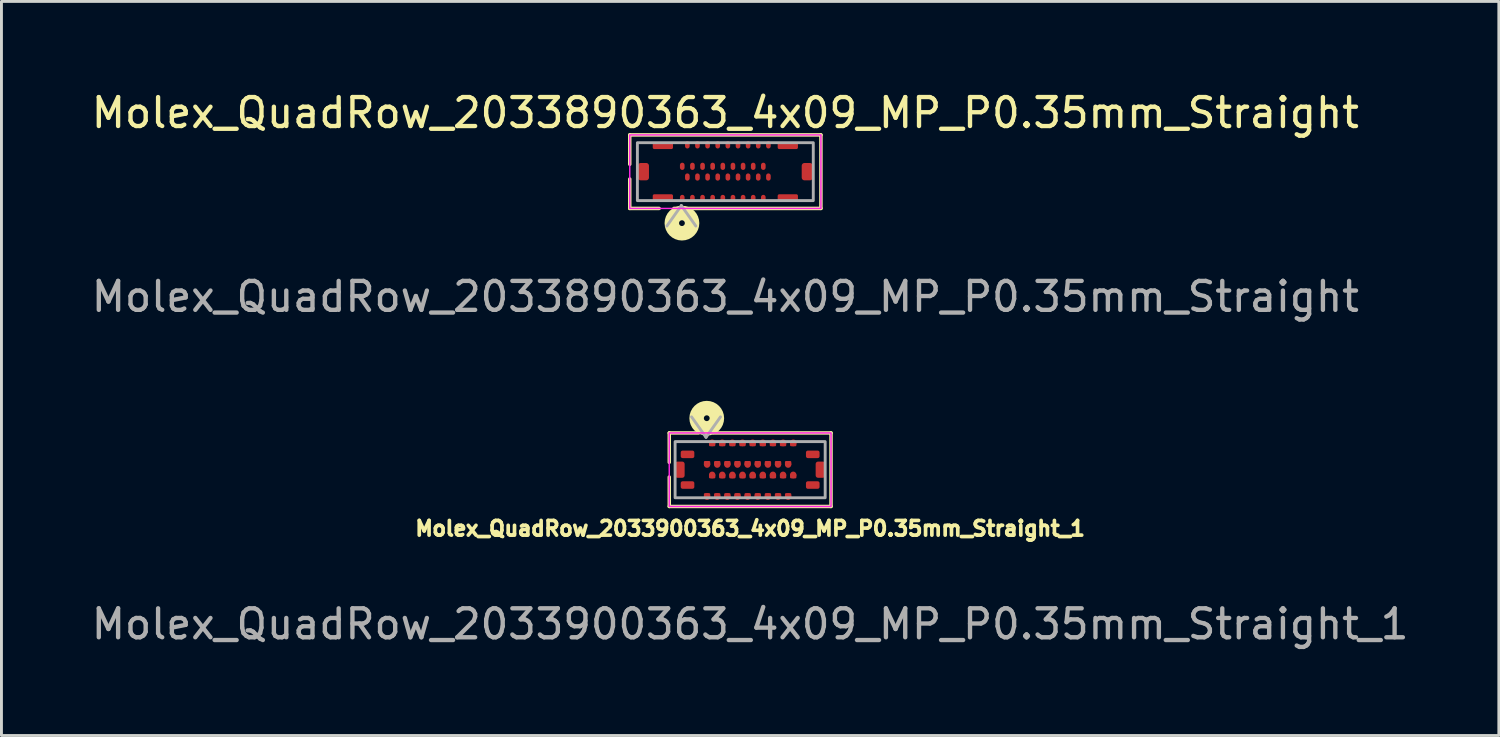
<source format=kicad_pcb>
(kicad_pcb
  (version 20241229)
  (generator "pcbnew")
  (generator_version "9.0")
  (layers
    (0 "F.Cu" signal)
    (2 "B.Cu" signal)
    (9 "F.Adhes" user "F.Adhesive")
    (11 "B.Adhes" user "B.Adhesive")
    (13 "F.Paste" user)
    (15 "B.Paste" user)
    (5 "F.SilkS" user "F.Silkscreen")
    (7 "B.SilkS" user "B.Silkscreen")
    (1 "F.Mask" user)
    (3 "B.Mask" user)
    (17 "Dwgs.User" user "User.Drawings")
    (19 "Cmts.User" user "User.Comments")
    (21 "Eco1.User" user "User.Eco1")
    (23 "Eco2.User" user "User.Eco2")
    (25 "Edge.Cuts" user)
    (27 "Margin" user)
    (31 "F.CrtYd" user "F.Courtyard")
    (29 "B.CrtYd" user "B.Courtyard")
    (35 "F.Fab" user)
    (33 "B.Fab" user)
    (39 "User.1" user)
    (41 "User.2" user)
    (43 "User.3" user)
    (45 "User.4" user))
  (footprint "Molex_QuadRow_2033890363_4x09_MP_P0.35mm_Straight"
    (layer "F.Cu")
    (at 22.006 2.88)
    (property "Reference" "Molex_QuadRow_2033890363_4x09_MP_P0.35mm_Straight" (at 0 -2.032 0) (unlocked yes) (layer "F.SilkS") (effects (font (size 1 1) (thickness 0.15))))
    (attr smd)
    (fp_line (start -3.302 -1.27) (end 3.302 -1.27) (stroke (width 0.12) (type solid)) (layer "F.SilkS"))
    (fp_line (start -3.302 -0.254) (end -3.302 -1.27) (stroke (width 0.12) (type solid)) (layer "F.SilkS"))
    (fp_line (start -3.302 0.254) (end -3.302 1.27) (stroke (width 0.12) (type solid)) (layer "F.SilkS"))
    (fp_line (start -3.302 1.27) (end -2.286 1.27) (stroke (width 0.12) (type solid)) (layer "F.SilkS"))
    (fp_line (start 3.302 -1.27) (end 3.302 1.27) (stroke (width 0.12) (type solid)) (layer "F.SilkS"))
    (fp_line (start 3.302 1.27) (end -1.778 1.27) (stroke (width 0.12) (type solid)) (layer "F.SilkS"))
    (fp_circle (center -1.499 1.778) (end -1.399 1.778) (stroke (width 0.5) (type default)) (fill no) (layer "F.SilkS"))
    (fp_rect (start -3.302 -1.27) (end 3.302 1.27) (stroke (width 0.05) (type default)) (fill no) (layer "F.CrtYd"))
    (fp_line (start -2.02 1.878) (end -1.52 1.17) (stroke (width 0.1) (type solid)) (layer "F.Fab"))
    (fp_line (start -1.52 1.17) (end -1.02 1.878) (stroke (width 0.1) (type solid)) (layer "F.Fab"))
    (fp_rect (start -3.038 -1) (end 3.038 1) (stroke (width 0.1) (type default)) (fill no) (layer "F.Fab"))
    (fp_text user "${REFERENCE}" (at 0 4.318 0) (layer "F.Fab") (effects (font (size 1 1) (thickness 0.15))))
    (pad "1" smd roundrect (at -1.488 0.925) (size 0.16 0.25) (layers "F.Cu" "F.Mask" "F.Paste") (roundrect_rratio 0.5))
    (pad "2" smd roundrect (at -1.312 0.185) (size 0.16 0.25) (layers "F.Cu" "F.Mask" "F.Paste") (roundrect_rratio 0.5))
    (pad "3" smd roundrect (at -1.137 0.925) (size 0.16 0.25) (layers "F.Cu" "F.Mask" "F.Paste") (roundrect_rratio 0.5))
    (pad "4" smd roundrect (at -0.963 0.185) (size 0.16 0.25) (layers "F.Cu" "F.Mask" "F.Paste") (roundrect_rratio 0.5))
    (pad "5" smd roundrect (at -0.787 0.925) (size 0.16 0.25) (layers "F.Cu" "F.Mask" "F.Paste") (roundrect_rratio 0.5))
    (pad "6" smd roundrect (at -0.613 0.185) (size 0.16 0.25) (layers "F.Cu" "F.Mask" "F.Paste") (roundrect_rratio 0.5))
    (pad "7" smd roundrect (at -0.438 0.925) (size 0.16 0.25) (layers "F.Cu" "F.Mask" "F.Paste") (roundrect_rratio 0.5))
    (pad "8" smd roundrect (at -0.263 0.185) (size 0.16 0.25) (layers "F.Cu" "F.Mask" "F.Paste") (roundrect_rratio 0.5))
    (pad "9" smd roundrect (at -0.087 0.925) (size 0.16 0.25) (layers "F.Cu" "F.Mask" "F.Paste") (roundrect_rratio 0.5))
    (pad "10" smd roundrect (at 0.087 0.185) (size 0.16 0.25) (layers "F.Cu" "F.Mask" "F.Paste") (roundrect_rratio 0.5))
    (pad "11" smd roundrect (at 0.263 0.925) (size 0.16 0.25) (layers "F.Cu" "F.Mask" "F.Paste") (roundrect_rratio 0.5))
    (pad "12" smd roundrect (at 0.438 0.185) (size 0.16 0.25) (layers "F.Cu" "F.Mask" "F.Paste") (roundrect_rratio 0.5))
    (pad "13" smd roundrect (at 0.613 0.925) (size 0.16 0.25) (layers "F.Cu" "F.Mask" "F.Paste") (roundrect_rratio 0.5))
    (pad "14" smd roundrect (at 0.787 0.185) (size 0.16 0.25) (layers "F.Cu" "F.Mask" "F.Paste") (roundrect_rratio 0.5))
    (pad "15" smd roundrect (at 0.963 0.925) (size 0.16 0.25) (layers "F.Cu" "F.Mask" "F.Paste") (roundrect_rratio 0.5))
    (pad "16" smd roundrect (at 1.137 0.185) (size 0.16 0.25) (layers "F.Cu" "F.Mask" "F.Paste") (roundrect_rratio 0.5))
    (pad "17" smd roundrect (at 1.312 0.925) (size 0.16 0.25) (layers "F.Cu" "F.Mask" "F.Paste") (roundrect_rratio 0.5))
    (pad "18" smd roundrect (at 1.488 0.185) (size 0.16 0.25) (layers "F.Cu" "F.Mask" "F.Paste") (roundrect_rratio 0.5))
    (pad "19" smd roundrect (at -1.488 -0.185) (size 0.16 0.25) (layers "F.Cu" "F.Mask" "F.Paste") (roundrect_rratio 0.5))
    (pad "20" smd roundrect (at -1.312 -0.925) (size 0.16 0.25) (layers "F.Cu" "F.Mask" "F.Paste") (roundrect_rratio 0.5))
    (pad "21" smd roundrect (at -1.137 -0.185) (size 0.16 0.25) (layers "F.Cu" "F.Mask" "F.Paste") (roundrect_rratio 0.5))
    (pad "22" smd roundrect (at -0.963 -0.925) (size 0.16 0.25) (layers "F.Cu" "F.Mask" "F.Paste") (roundrect_rratio 0.5))
    (pad "23" smd roundrect (at -0.787 -0.185) (size 0.16 0.25) (layers "F.Cu" "F.Mask" "F.Paste") (roundrect_rratio 0.5))
    (pad "24" smd roundrect (at -0.613 -0.925) (size 0.16 0.25) (layers "F.Cu" "F.Mask" "F.Paste") (roundrect_rratio 0.5))
    (pad "25" smd roundrect (at -0.438 -0.185) (size 0.16 0.25) (layers "F.Cu" "F.Mask" "F.Paste") (roundrect_rratio 0.5))
    (pad "26" smd roundrect (at -0.263 -0.925) (size 0.16 0.25) (layers "F.Cu" "F.Mask" "F.Paste") (roundrect_rratio 0.5))
    (pad "27" smd roundrect (at -0.087 -0.185) (size 0.16 0.25) (layers "F.Cu" "F.Mask" "F.Paste") (roundrect_rratio 0.5))
    (pad "28" smd roundrect (at 0.087 -0.925) (size 0.16 0.25) (layers "F.Cu" "F.Mask" "F.Paste") (roundrect_rratio 0.5))
    (pad "29" smd roundrect (at 0.263 -0.185) (size 0.16 0.25) (layers "F.Cu" "F.Mask" "F.Paste") (roundrect_rratio 0.5))
    (pad "30" smd roundrect (at 0.438 -0.925) (size 0.16 0.25) (layers "F.Cu" "F.Mask" "F.Paste") (roundrect_rratio 0.5))
    (pad "31" smd roundrect (at 0.613 -0.185) (size 0.16 0.25) (layers "F.Cu" "F.Mask" "F.Paste") (roundrect_rratio 0.5))
    (pad "32" smd roundrect (at 0.787 -0.925) (size 0.16 0.25) (layers "F.Cu" "F.Mask" "F.Paste") (roundrect_rratio 0.5))
    (pad "33" smd roundrect (at 0.963 -0.185) (size 0.16 0.25) (layers "F.Cu" "F.Mask" "F.Paste") (roundrect_rratio 0.5))
    (pad "34" smd roundrect (at 1.137 -0.925) (size 0.16 0.25) (layers "F.Cu" "F.Mask" "F.Paste") (roundrect_rratio 0.5))
    (pad "35" smd roundrect (at 1.312 -0.185) (size 0.16 0.25) (layers "F.Cu" "F.Mask" "F.Paste") (roundrect_rratio 0.5))
    (pad "36" smd roundrect (at 1.488 -0.925) (size 0.16 0.25) (layers "F.Cu" "F.Mask" "F.Paste") (roundrect_rratio 0.5))
    (pad "MP" smd roundrect (at -2.828 0) (size 0.38 0.6) (layers "F.Cu" "F.Mask" "F.Paste") (roundrect_rratio 0.25))
    (pad "MP" smd roundrect (at -2.158 -0.89) (size 0.7 0.22) (layers "F.Cu" "F.Mask" "F.Paste") (roundrect_rratio 0.25))
    (pad "MP" smd roundrect (at -2.158 0.89) (size 0.7 0.22) (layers "F.Cu" "F.Mask" "F.Paste") (roundrect_rratio 0.25))
    (pad "MP" smd roundrect (at 2.158 -0.89 180) (size 0.7 0.22) (layers "F.Cu" "F.Mask" "F.Paste") (roundrect_rratio 0.25))
    (pad "MP" smd roundrect (at 2.158 0.89 180) (size 0.7 0.22) (layers "F.Cu" "F.Mask" "F.Paste") (roundrect_rratio 0.25))
    (pad "MP" smd roundrect (at 2.828 0 180) (size 0.38 0.6) (layers "F.Cu" "F.Mask" "F.Paste") (roundrect_rratio 0.25))
    (zone (net_name "") (layer "F.Cu") (name "NOSOLDER1") (hatch full 0.1) (connect_pads) (min_thickness 0.25) (filled_areas_thickness no) (keepout (tracks allowed) (vias allowed) (pads not_allowed) (copperpour allowed) (footprints allowed)) (placement (enabled no)) (fill) (polygon (pts (xy 23.695 2.55) (xy 20.317 2.55) (xy 20.317 2.093) (xy 23.695 2.093))))
    (zone (net_name "") (layer "F.Cu") (name "NOSOLDER2") (hatch full 0.1) (connect_pads) (min_thickness 0.25) (filled_areas_thickness no) (keepout (tracks allowed) (vias allowed) (pads not_allowed) (copperpour allowed) (footprints allowed)) (placement (enabled no)) (fill) (polygon (pts (xy 23.695 3.66) (xy 20.317 3.66) (xy 20.317 3.203) (xy 23.695 3.203)))))
  (footprint "Molex_QuadRow_2033900363_4x09_MP_P0.35mm_Straight_1"
    (layer "F.Cu")
    (at 22.863 13.175)
    (property "Reference" "Molex_QuadRow_2033900363_4x09_MP_P0.35mm_Straight_1" (at 0 2.032 0) (unlocked yes) (layer "F.SilkS") (effects (font (size 0.508 0.508) (thickness 0.127))))
    (attr smd)
    (fp_line (start -2.794 -1.27) (end -2.794 -0.254) (stroke (width 0.12) (type solid)) (layer "F.SilkS"))
    (fp_line (start -2.794 0.254) (end -2.794 1.27) (stroke (width 0.12) (type solid)) (layer "F.SilkS"))
    (fp_line (start -2.794 1.27) (end 2.794 1.27) (stroke (width 0.12) (type solid)) (layer "F.SilkS"))
    (fp_line (start -1.778 -1.27) (end -2.794 -1.27) (stroke (width 0.12) (type solid)) (layer "F.SilkS"))
    (fp_line (start 2.794 -1.27) (end -1.27 -1.27) (stroke (width 0.12) (type solid)) (layer "F.SilkS"))
    (fp_line (start 2.794 -1.27) (end 2.794 1.27) (stroke (width 0.12) (type solid)) (layer "F.SilkS"))
    (fp_circle (center -1.499 -1.778) (end -1.399 -1.778) (stroke (width 0.5) (type default)) (fill no) (layer "F.SilkS"))
    (fp_rect (start -2.794 -1.27) (end 2.794 1.27) (stroke (width 0.05) (type default)) (fill no) (layer "F.CrtYd"))
    (fp_line (start -1.524 -1.118) (end -2.024 -1.825) (stroke (width 0.1) (type solid)) (layer "F.Fab"))
    (fp_line (start -1.024 -1.825) (end -1.524 -1.118) (stroke (width 0.1) (type solid)) (layer "F.Fab"))
    (fp_rect (start -2.592 -0.97) (end 2.592 0.97) (stroke (width 0.1) (type default)) (fill no) (layer "F.Fab"))
    (fp_text user "${REFERENCE}" (at 0 5.334 0) (layer "F.Fab") (effects (font (size 1 1) (thickness 0.15))))
    (pad "1" smd roundrect (at -1.488 -0.222) (size 0.22 0.157) (layers "F.Cu" "F.Mask" "F.Paste") (roundrect_rratio 0.25))
    (pad "1" smd roundrect (at -1.488 -0.182) (size 0.22 0.235) (layers "F.Cu" "F.Mask" "F.Paste") (roundrect_rratio 0.5))
    (pad "2" smd roundrect (at -1.312 -0.927 180) (size 0.22 0.235) (layers "F.Cu" "F.Mask" "F.Paste") (roundrect_rratio 0.5))
    (pad "2" smd roundrect (at -1.312 -0.888 180) (size 0.22 0.157) (layers "F.Cu" "F.Mask" "F.Paste") (roundrect_rratio 0.25))
    (pad "3" smd roundrect (at -1.137 -0.222) (size 0.22 0.157) (layers "F.Cu" "F.Mask" "F.Paste") (roundrect_rratio 0.25))
    (pad "3" smd roundrect (at -1.137 -0.182) (size 0.22 0.235) (layers "F.Cu" "F.Mask" "F.Paste") (roundrect_rratio 0.5))
    (pad "4" smd roundrect (at -0.963 -0.927 180) (size 0.22 0.235) (layers "F.Cu" "F.Mask" "F.Paste") (roundrect_rratio 0.5))
    (pad "4" smd roundrect (at -0.963 -0.888 180) (size 0.22 0.157) (layers "F.Cu" "F.Mask" "F.Paste") (roundrect_rratio 0.25))
    (pad "5" smd roundrect (at -0.787 -0.222) (size 0.22 0.157) (layers "F.Cu" "F.Mask" "F.Paste") (roundrect_rratio 0.25))
    (pad "5" smd roundrect (at -0.787 -0.182) (size 0.22 0.235) (layers "F.Cu" "F.Mask" "F.Paste") (roundrect_rratio 0.5))
    (pad "6" smd roundrect (at -0.613 -0.927 180) (size 0.22 0.235) (layers "F.Cu" "F.Mask" "F.Paste") (roundrect_rratio 0.5))
    (pad "6" smd roundrect (at -0.613 -0.888 180) (size 0.22 0.157) (layers "F.Cu" "F.Mask" "F.Paste") (roundrect_rratio 0.25))
    (pad "7" smd roundrect (at -0.438 -0.222) (size 0.22 0.157) (layers "F.Cu" "F.Mask" "F.Paste") (roundrect_rratio 0.25))
    (pad "7" smd roundrect (at -0.438 -0.182) (size 0.22 0.235) (layers "F.Cu" "F.Mask" "F.Paste") (roundrect_rratio 0.5))
    (pad "8" smd roundrect (at -0.263 -0.927 180) (size 0.22 0.235) (layers "F.Cu" "F.Mask" "F.Paste") (roundrect_rratio 0.5))
    (pad "8" smd roundrect (at -0.263 -0.888 180) (size 0.22 0.157) (layers "F.Cu" "F.Mask" "F.Paste") (roundrect_rratio 0.25))
    (pad "9" smd roundrect (at -0.087 -0.222) (size 0.22 0.157) (layers "F.Cu" "F.Mask" "F.Paste") (roundrect_rratio 0.25))
    (pad "9" smd roundrect (at -0.087 -0.182) (size 0.22 0.235) (layers "F.Cu" "F.Mask" "F.Paste") (roundrect_rratio 0.5))
    (pad "10" smd roundrect (at 0.087 -0.927 180) (size 0.22 0.235) (layers "F.Cu" "F.Mask" "F.Paste") (roundrect_rratio 0.5))
    (pad "10" smd roundrect (at 0.087 -0.888 180) (size 0.22 0.157) (layers "F.Cu" "F.Mask" "F.Paste") (roundrect_rratio 0.25))
    (pad "11" smd roundrect (at 0.263 -0.222) (size 0.22 0.157) (layers "F.Cu" "F.Mask" "F.Paste") (roundrect_rratio 0.25))
    (pad "11" smd roundrect (at 0.263 -0.182) (size 0.22 0.235) (layers "F.Cu" "F.Mask" "F.Paste") (roundrect_rratio 0.5))
    (pad "12" smd roundrect (at 0.438 -0.927 180) (size 0.22 0.235) (layers "F.Cu" "F.Mask" "F.Paste") (roundrect_rratio 0.5))
    (pad "12" smd roundrect (at 0.438 -0.888 180) (size 0.22 0.157) (layers "F.Cu" "F.Mask" "F.Paste") (roundrect_rratio 0.25))
    (pad "13" smd roundrect (at 0.613 -0.222) (size 0.22 0.157) (layers "F.Cu" "F.Mask" "F.Paste") (roundrect_rratio 0.25))
    (pad "13" smd roundrect (at 0.613 -0.182) (size 0.22 0.235) (layers "F.Cu" "F.Mask" "F.Paste") (roundrect_rratio 0.5))
    (pad "14" smd roundrect (at 0.787 -0.927 180) (size 0.22 0.235) (layers "F.Cu" "F.Mask" "F.Paste") (roundrect_rratio 0.5))
    (pad "14" smd roundrect (at 0.787 -0.888 180) (size 0.22 0.157) (layers "F.Cu" "F.Mask" "F.Paste") (roundrect_rratio 0.25))
    (pad "15" smd roundrect (at 0.963 -0.222) (size 0.22 0.157) (layers "F.Cu" "F.Mask" "F.Paste") (roundrect_rratio 0.25))
    (pad "15" smd roundrect (at 0.963 -0.182) (size 0.22 0.235) (layers "F.Cu" "F.Mask" "F.Paste") (roundrect_rratio 0.5))
    (pad "16" smd roundrect (at 1.137 -0.927 180) (size 0.22 0.235) (layers "F.Cu" "F.Mask" "F.Paste") (roundrect_rratio 0.5))
    (pad "16" smd roundrect (at 1.137 -0.888 180) (size 0.22 0.157) (layers "F.Cu" "F.Mask" "F.Paste") (roundrect_rratio 0.25))
    (pad "17" smd roundrect (at 1.312 -0.222) (size 0.22 0.157) (layers "F.Cu" "F.Mask" "F.Paste") (roundrect_rratio 0.25))
    (pad "17" smd roundrect (at 1.312 -0.182) (size 0.22 0.235) (layers "F.Cu" "F.Mask" "F.Paste") (roundrect_rratio 0.5))
    (pad "18" smd roundrect (at 1.488 -0.927 180) (size 0.22 0.235) (layers "F.Cu" "F.Mask" "F.Paste") (roundrect_rratio 0.5))
    (pad "18" smd roundrect (at 1.488 -0.888 180) (size 0.22 0.157) (layers "F.Cu" "F.Mask" "F.Paste") (roundrect_rratio 0.25))
    (pad "19" smd roundrect (at -1.488 0.888) (size 0.22 0.157) (layers "F.Cu" "F.Mask" "F.Paste") (roundrect_rratio 0.25))
    (pad "19" smd roundrect (at -1.488 0.927) (size 0.22 0.235) (layers "F.Cu" "F.Mask" "F.Paste") (roundrect_rratio 0.5))
    (pad "20" smd roundrect (at -1.312 0.182 180) (size 0.22 0.235) (layers "F.Cu" "F.Mask" "F.Paste") (roundrect_rratio 0.5))
    (pad "20" smd roundrect (at -1.312 0.222 180) (size 0.22 0.157) (layers "F.Cu" "F.Mask" "F.Paste") (roundrect_rratio 0.25))
    (pad "21" smd roundrect (at -1.137 0.888) (size 0.22 0.157) (layers "F.Cu" "F.Mask" "F.Paste") (roundrect_rratio 0.25))
    (pad "21" smd roundrect (at -1.137 0.927) (size 0.22 0.235) (layers "F.Cu" "F.Mask" "F.Paste") (roundrect_rratio 0.5))
    (pad "22" smd roundrect (at -0.963 0.182 180) (size 0.22 0.235) (layers "F.Cu" "F.Mask" "F.Paste") (roundrect_rratio 0.5))
    (pad "22" smd roundrect (at -0.963 0.222 180) (size 0.22 0.157) (layers "F.Cu" "F.Mask" "F.Paste") (roundrect_rratio 0.25))
    (pad "23" smd roundrect (at -0.787 0.888) (size 0.22 0.157) (layers "F.Cu" "F.Mask" "F.Paste") (roundrect_rratio 0.25))
    (pad "23" smd roundrect (at -0.787 0.927) (size 0.22 0.235) (layers "F.Cu" "F.Mask" "F.Paste") (roundrect_rratio 0.5))
    (pad "24" smd roundrect (at -0.613 0.182 180) (size 0.22 0.235) (layers "F.Cu" "F.Mask" "F.Paste") (roundrect_rratio 0.5))
    (pad "24" smd roundrect (at -0.613 0.222 180) (size 0.22 0.157) (layers "F.Cu" "F.Mask" "F.Paste") (roundrect_rratio 0.25))
    (pad "25" smd roundrect (at -0.438 0.888) (size 0.22 0.157) (layers "F.Cu" "F.Mask" "F.Paste") (roundrect_rratio 0.25))
    (pad "25" smd roundrect (at -0.438 0.927) (size 0.22 0.235) (layers "F.Cu" "F.Mask" "F.Paste") (roundrect_rratio 0.5))
    (pad "26" smd roundrect (at -0.263 0.182 180) (size 0.22 0.235) (layers "F.Cu" "F.Mask" "F.Paste") (roundrect_rratio 0.5))
    (pad "26" smd roundrect (at -0.263 0.222 180) (size 0.22 0.157) (layers "F.Cu" "F.Mask" "F.Paste") (roundrect_rratio 0.25))
    (pad "27" smd roundrect (at -0.087 0.888) (size 0.22 0.157) (layers "F.Cu" "F.Mask" "F.Paste") (roundrect_rratio 0.25))
    (pad "27" smd roundrect (at -0.087 0.927) (size 0.22 0.235) (layers "F.Cu" "F.Mask" "F.Paste") (roundrect_rratio 0.5))
    (pad "28" smd roundrect (at 0.087 0.182 180) (size 0.22 0.235) (layers "F.Cu" "F.Mask" "F.Paste") (roundrect_rratio 0.5))
    (pad "28" smd roundrect (at 0.087 0.222 180) (size 0.22 0.157) (layers "F.Cu" "F.Mask" "F.Paste") (roundrect_rratio 0.25))
    (pad "29" smd roundrect (at 0.263 0.888) (size 0.22 0.157) (layers "F.Cu" "F.Mask" "F.Paste") (roundrect_rratio 0.25))
    (pad "29" smd roundrect (at 0.263 0.927) (size 0.22 0.235) (layers "F.Cu" "F.Mask" "F.Paste") (roundrect_rratio 0.5))
    (pad "30" smd roundrect (at 0.438 0.182 180) (size 0.22 0.235) (layers "F.Cu" "F.Mask" "F.Paste") (roundrect_rratio 0.5))
    (pad "30" smd roundrect (at 0.438 0.222 180) (size 0.22 0.157) (layers "F.Cu" "F.Mask" "F.Paste") (roundrect_rratio 0.25))
    (pad "31" smd roundrect (at 0.613 0.888) (size 0.22 0.157) (layers "F.Cu" "F.Mask" "F.Paste") (roundrect_rratio 0.25))
    (pad "31" smd roundrect (at 0.613 0.927) (size 0.22 0.235) (layers "F.Cu" "F.Mask" "F.Paste") (roundrect_rratio 0.5))
    (pad "32" smd roundrect (at 0.787 0.182 180) (size 0.22 0.235) (layers "F.Cu" "F.Mask" "F.Paste") (roundrect_rratio 0.5))
    (pad "32" smd roundrect (at 0.787 0.222 180) (size 0.22 0.157) (layers "F.Cu" "F.Mask" "F.Paste") (roundrect_rratio 0.25))
    (pad "33" smd roundrect (at 0.963 0.888) (size 0.22 0.157) (layers "F.Cu" "F.Mask" "F.Paste") (roundrect_rratio 0.25))
    (pad "33" smd roundrect (at 0.963 0.927) (size 0.22 0.235) (layers "F.Cu" "F.Mask" "F.Paste") (roundrect_rratio 0.5))
    (pad "34" smd roundrect (at 1.137 0.182 180) (size 0.22 0.235) (layers "F.Cu" "F.Mask" "F.Paste") (roundrect_rratio 0.5))
    (pad "34" smd roundrect (at 1.137 0.222 180) (size 0.22 0.157) (layers "F.Cu" "F.Mask" "F.Paste") (roundrect_rratio 0.25))
    (pad "35" smd roundrect (at 1.312 0.888) (size 0.22 0.157) (layers "F.Cu" "F.Mask" "F.Paste") (roundrect_rratio 0.25))
    (pad "35" smd roundrect (at 1.312 0.927) (size 0.22 0.235) (layers "F.Cu" "F.Mask" "F.Paste") (roundrect_rratio 0.5))
    (pad "36" smd roundrect (at 1.488 0.182 180) (size 0.22 0.235) (layers "F.Cu" "F.Mask" "F.Paste") (roundrect_rratio 0.5))
    (pad "36" smd roundrect (at 1.488 0.222 180) (size 0.22 0.157) (layers "F.Cu" "F.Mask" "F.Paste") (roundrect_rratio 0.25))
    (pad "MP" smd roundrect (at -2.428 0) (size 0.33 0.56) (layers "F.Cu" "F.Mask" "F.Paste") (roundrect_rratio 0.25))
    (pad "MP" smd roundrect (at -2.163 -0.53) (size 0.47 0.26) (layers "F.Cu" "F.Mask" "F.Paste") (roundrect_rratio 0.25))
    (pad "MP" smd roundrect (at -2.163 0.53) (size 0.47 0.26) (layers "F.Cu" "F.Mask" "F.Paste") (roundrect_rratio 0.25))
    (pad "MP" smd roundrect (at 2.163 -0.53 180) (size 0.47 0.26) (layers "F.Cu" "F.Mask" "F.Paste") (roundrect_rratio 0.25))
    (pad "MP" smd roundrect (at 2.163 0.53 180) (size 0.47 0.26) (layers "F.Cu" "F.Mask" "F.Paste") (roundrect_rratio 0.25))
    (pad "MP" smd roundrect (at 2.428 0 180) (size 0.33 0.56) (layers "F.Cu" "F.Mask" "F.Paste") (roundrect_rratio 0.25))
    (zone (net_name "") (layer "F.Cu") (name "NOSOLDER1") (hatch full 0.1) (connect_pads) (min_thickness 0.25) (filled_areas_thickness no) (keepout (tracks allowed) (vias allowed) (pads not_allowed) (copperpour allowed) (footprints allowed)) (placement (enabled no)) (fill) (polygon (pts (xy 24.552 12.87) (xy 21.174 12.87) (xy 21.174 12.387) (xy 24.552 12.387))))
    (zone (net_name "") (layer "F.Cu") (name "NOSOLDER2") (hatch full 0.1) (connect_pads) (min_thickness 0.25) (filled_areas_thickness no) (keepout (tracks allowed) (vias allowed) (pads not_allowed) (copperpour allowed) (footprints allowed)) (placement (enabled no)) (fill) (polygon (pts (xy 24.552 13.238) (xy 21.174 13.238) (xy 21.174 13.111) (xy 24.552 13.111))))
    (zone (net_name "") (layer "F.Cu") (name "NOSOLDER3") (hatch full 0.1) (connect_pads) (min_thickness 0.25) (filled_areas_thickness no) (keepout (tracks allowed) (vias allowed) (pads not_allowed) (copperpour allowed) (footprints allowed)) (placement (enabled no)) (fill) (polygon (pts (xy 24.552 13.962) (xy 21.174 13.962) (xy 21.174 13.479) (xy 24.552 13.479)))))
  (gr_rect
    (start -3 -3)
    (end 48.726 22.357)
    (stroke (width 0.1) (type default))
    (fill no)
    (layer "Edge.Cuts")))
</source>
